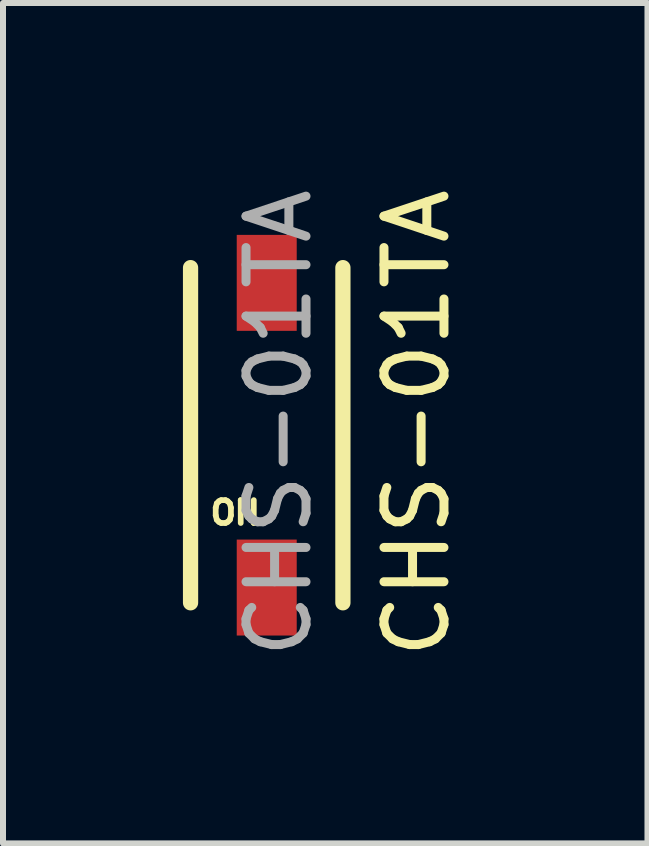
<source format=kicad_pcb>
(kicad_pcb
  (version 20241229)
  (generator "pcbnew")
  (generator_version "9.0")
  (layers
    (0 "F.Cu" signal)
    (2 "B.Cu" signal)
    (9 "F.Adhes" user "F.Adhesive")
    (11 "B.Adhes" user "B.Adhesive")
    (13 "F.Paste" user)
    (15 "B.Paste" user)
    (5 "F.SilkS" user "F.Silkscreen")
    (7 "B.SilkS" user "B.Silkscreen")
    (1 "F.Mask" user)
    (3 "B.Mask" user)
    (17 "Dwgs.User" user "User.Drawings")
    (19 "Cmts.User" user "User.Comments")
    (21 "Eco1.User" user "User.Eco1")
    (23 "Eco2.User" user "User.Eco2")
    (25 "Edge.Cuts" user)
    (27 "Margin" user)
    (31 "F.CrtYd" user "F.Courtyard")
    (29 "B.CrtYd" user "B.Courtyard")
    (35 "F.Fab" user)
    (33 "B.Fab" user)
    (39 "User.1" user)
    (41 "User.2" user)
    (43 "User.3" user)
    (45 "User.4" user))
  (footprint "CHS-01TA"
    (layer "F.Cu")
    (at 1.397 4.206)
    (property "Reference" "CHS-01TA" (at 2.5 -0.2 90) (unlocked yes) (layer "F.SilkS") (effects (font (size 1 1) (thickness 0.15))))
    (attr smd)
    (fp_line (start -1.27 2.794) (end -1.27 -2.794) (stroke (width 0.254) (type solid)) (layer "F.SilkS"))
    (fp_line (start 1.27 2.794) (end 1.27 -2.794) (stroke (width 0.254) (type solid)) (layer "F.SilkS"))
    (fp_text user "ON" (at -0.986 1.515 0) (unlocked yes) (layer "F.SilkS") (effects (font (size 0.381 0.381) (thickness 0.254) (bold yes)) (justify left bottom)))
    (fp_text user "${REFERENCE}" (at 0.2 -0.2 90) (unlocked yes) (layer "F.Fab") (effects (font (size 1 1) (thickness 0.15))))
    (pad "1" smd rect (at 0 2.54) (size 1 1.6) (layers "F.Cu" "F.Mask" "F.Paste"))
    (pad "2" smd rect (at 0 -2.54) (size 1 1.6) (layers "F.Cu" "F.Mask" "F.Paste")))
  (gr_rect
    (start -3 -3)
    (end 7.745 11.012)
    (stroke (width 0.1) (type default))
    (fill no)
    (layer "Edge.Cuts")))
</source>
